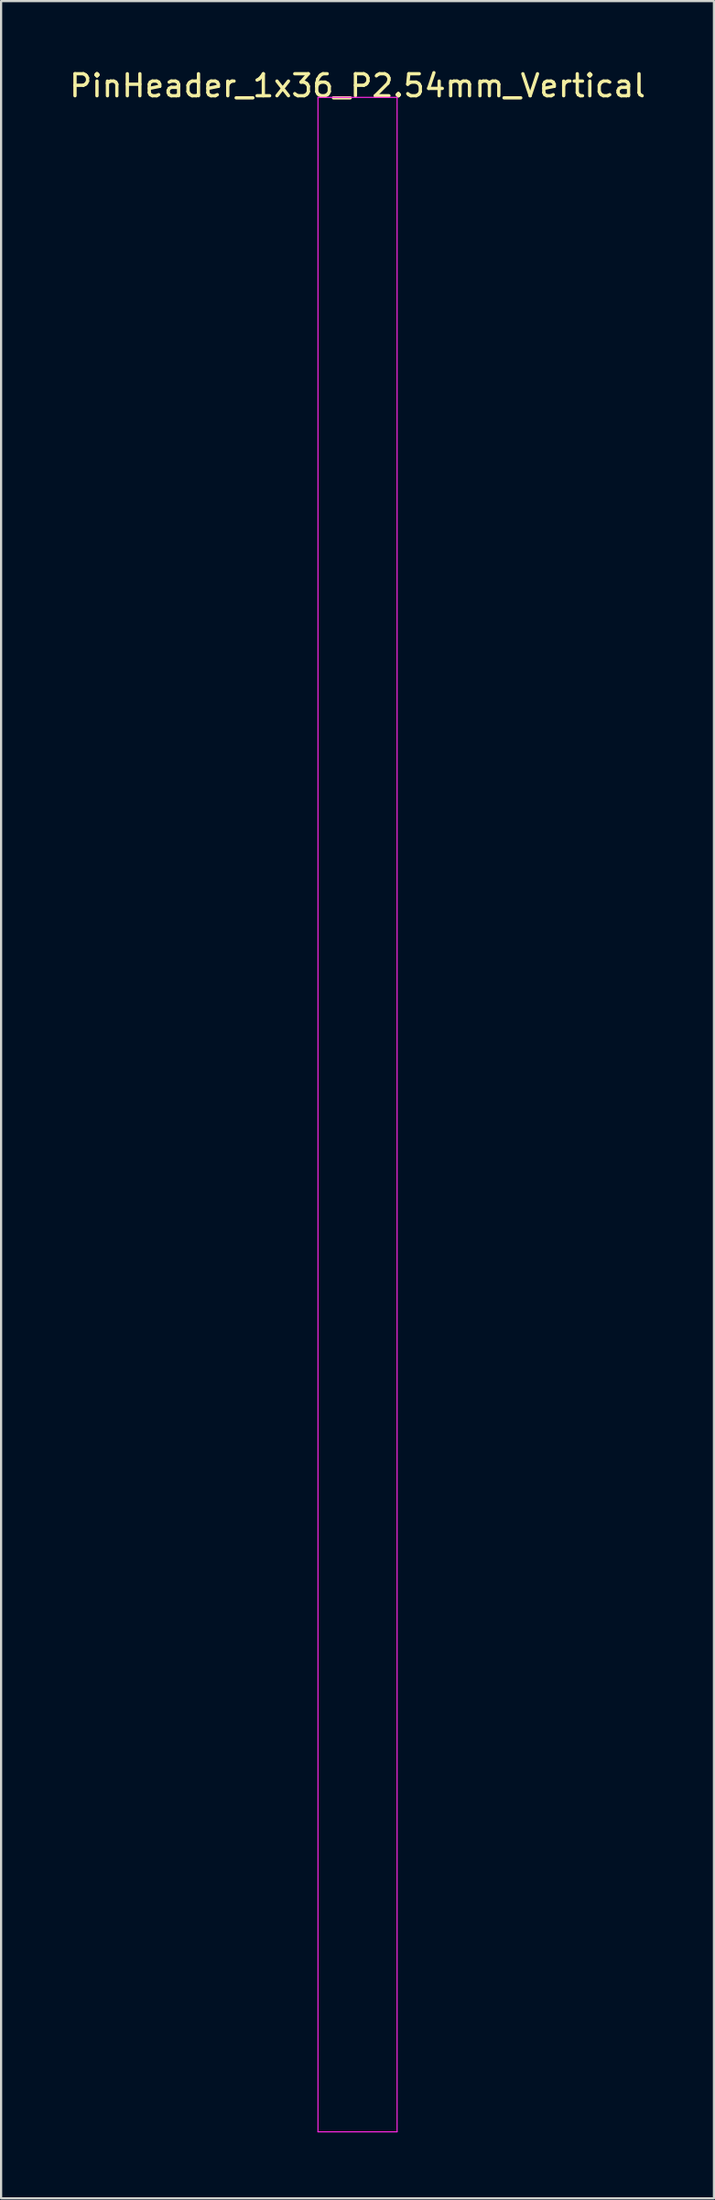
<source format=kicad_pcb>
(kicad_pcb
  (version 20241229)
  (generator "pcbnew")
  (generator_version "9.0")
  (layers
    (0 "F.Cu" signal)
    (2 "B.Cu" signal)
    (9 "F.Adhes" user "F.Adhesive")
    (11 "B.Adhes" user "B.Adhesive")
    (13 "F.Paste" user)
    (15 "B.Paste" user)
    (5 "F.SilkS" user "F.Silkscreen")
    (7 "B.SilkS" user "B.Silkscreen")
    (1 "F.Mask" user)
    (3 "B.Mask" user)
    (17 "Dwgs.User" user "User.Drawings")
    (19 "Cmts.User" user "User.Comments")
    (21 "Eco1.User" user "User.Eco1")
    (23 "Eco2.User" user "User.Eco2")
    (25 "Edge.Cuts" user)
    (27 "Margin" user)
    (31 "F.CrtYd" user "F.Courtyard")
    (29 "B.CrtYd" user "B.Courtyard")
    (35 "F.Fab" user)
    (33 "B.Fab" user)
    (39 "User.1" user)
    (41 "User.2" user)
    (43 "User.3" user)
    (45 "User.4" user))
  (footprint "PinHeader_1x36_P2.54mm_Vertical"
    (layer "F.Cu")
    (at 13.22 3.178)
    (property "Reference" "PinHeader_1x36_P2.54mm_Vertical" (at 0 -2.33 0) (layer "F.SilkS") (effects (font (size 1 1) (thickness 0.15))))
    (attr through_hole)
    (fp_line (start -1.8 -1.8) (end -1.8 90.7) (stroke (width 0.05) (type solid)) (layer "F.CrtYd"))
    (fp_line (start -1.8 90.7) (end 1.8 90.7) (stroke (width 0.05) (type solid)) (layer "F.CrtYd"))
    (fp_line (start 1.8 -1.8) (end -1.8 -1.8) (stroke (width 0.05) (type solid)) (layer "F.CrtYd"))
    (fp_line (start 1.8 90.7) (end 1.8 -1.8) (stroke (width 0.05) (type solid)) (layer "F.CrtYd")))
  (gr_rect
    (start -3 -3)
    (end 29.44 96.903)
    (stroke (width 0.1) (type default))
    (fill no)
    (layer "Edge.Cuts")))
</source>
